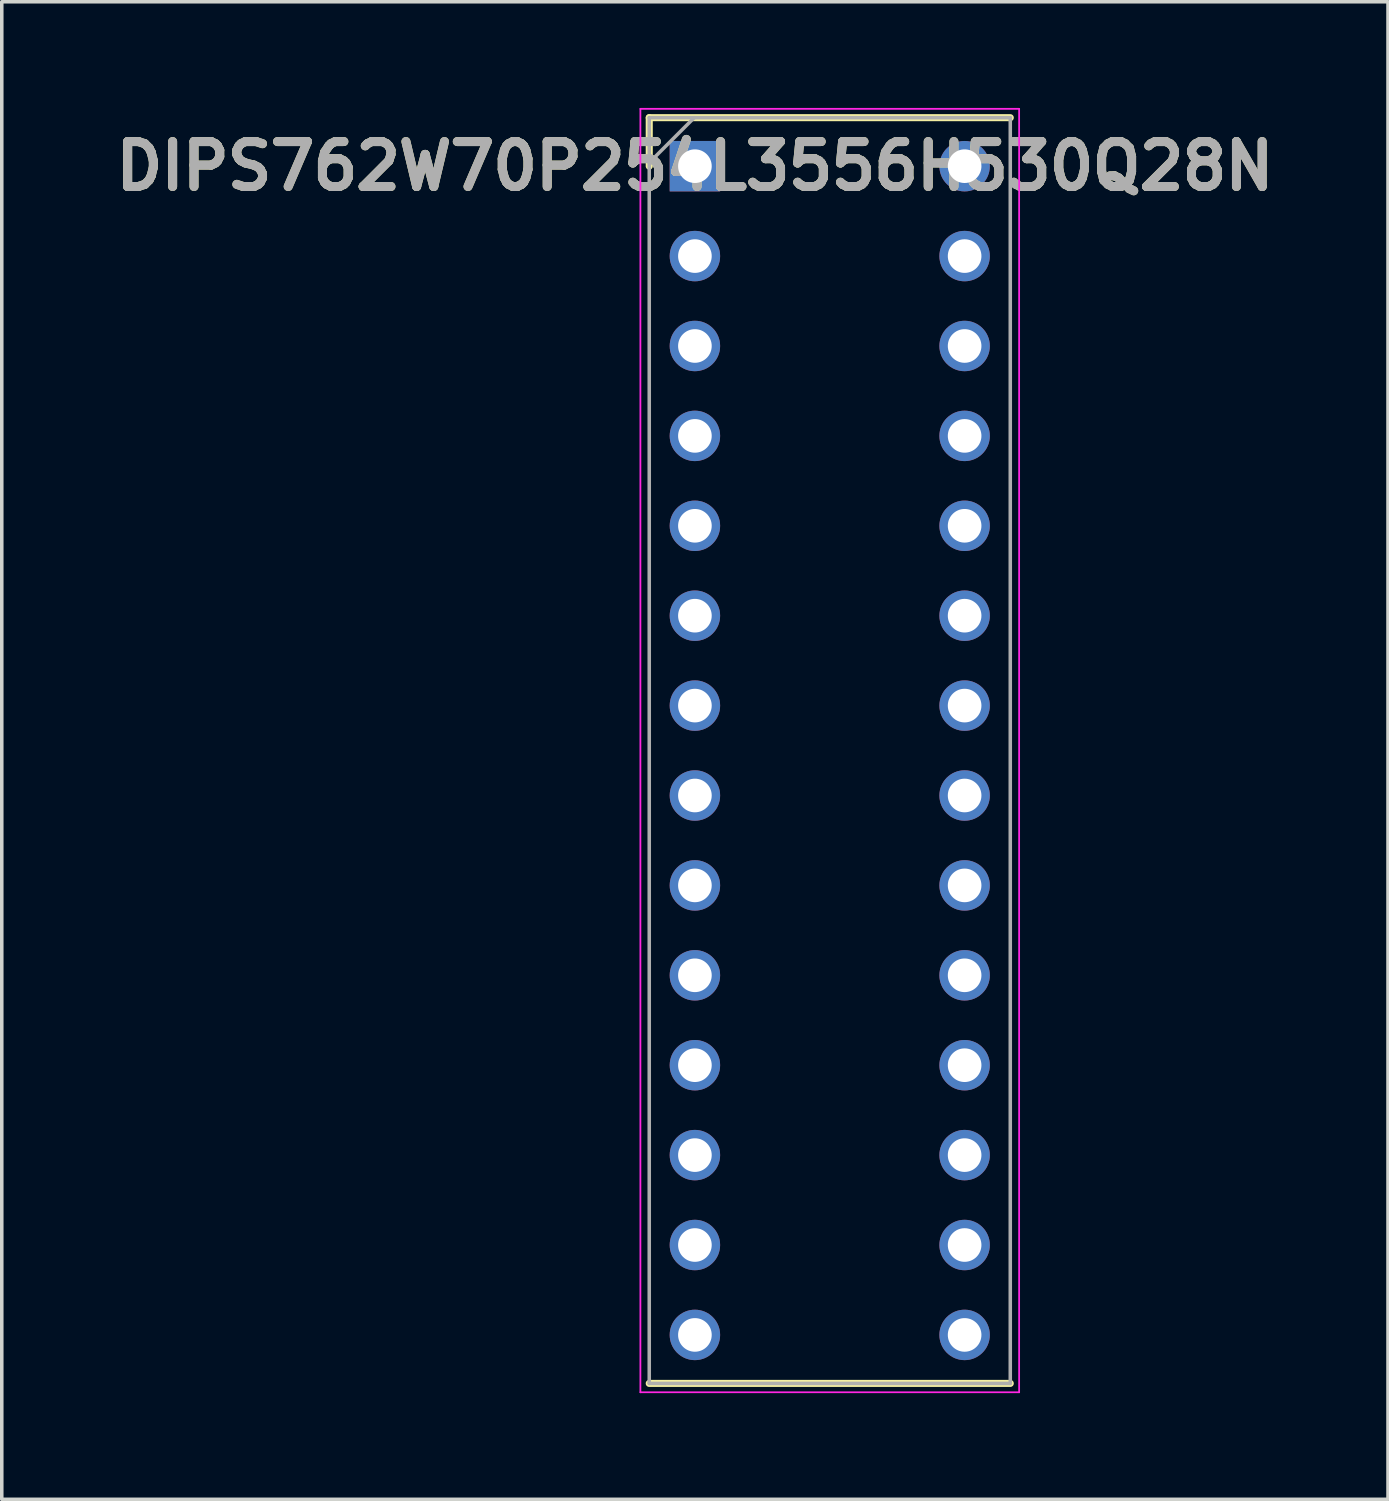
<source format=kicad_pcb>
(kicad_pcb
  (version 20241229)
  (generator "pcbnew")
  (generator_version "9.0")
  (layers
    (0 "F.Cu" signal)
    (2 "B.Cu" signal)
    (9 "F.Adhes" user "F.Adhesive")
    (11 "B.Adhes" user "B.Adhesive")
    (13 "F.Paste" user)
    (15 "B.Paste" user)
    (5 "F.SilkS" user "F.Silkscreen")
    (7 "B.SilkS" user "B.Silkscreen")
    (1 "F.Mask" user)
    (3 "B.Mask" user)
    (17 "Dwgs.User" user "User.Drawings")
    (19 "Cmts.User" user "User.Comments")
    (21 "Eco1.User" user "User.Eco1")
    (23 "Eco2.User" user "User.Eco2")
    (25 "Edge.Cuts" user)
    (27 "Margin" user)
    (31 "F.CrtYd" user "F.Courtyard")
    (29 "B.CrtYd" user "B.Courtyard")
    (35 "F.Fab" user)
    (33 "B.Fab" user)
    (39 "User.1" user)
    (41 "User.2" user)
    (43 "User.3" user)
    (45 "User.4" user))
  (footprint "DIPS762W70P254L3556H530Q28N"
    (layer "F.Cu")
    (at 16.583 1.645)
    (property "Reference" "DIPS762W70P254L3556H530Q28N" (at 0 0 0) (layer "F.SilkS") (effects (font (size 1.27 1.27) (thickness 0.254))))
    (attr through_hole)
    (fp_line (start -1.29 -1.37) (end -1.29 0) (stroke (width 0.2) (type solid)) (layer "F.SilkS"))
    (fp_line (start -1.29 34.39) (end 8.91 34.39) (stroke (width 0.2) (type solid)) (layer "F.SilkS"))
    (fp_line (start 8.91 -1.37) (end -1.29 -1.37) (stroke (width 0.2) (type solid)) (layer "F.SilkS"))
    (fp_line (start -1.54 -1.62) (end 9.16 -1.62) (stroke (width 0.05) (type solid)) (layer "F.CrtYd"))
    (fp_line (start -1.54 34.64) (end -1.54 -1.62) (stroke (width 0.05) (type solid)) (layer "F.CrtYd"))
    (fp_line (start 9.16 -1.62) (end 9.16 34.64) (stroke (width 0.05) (type solid)) (layer "F.CrtYd"))
    (fp_line (start 9.16 34.64) (end -1.54 34.64) (stroke (width 0.05) (type solid)) (layer "F.CrtYd"))
    (fp_line (start -1.29 -1.37) (end 8.91 -1.37) (stroke (width 0.1) (type solid)) (layer "F.Fab"))
    (fp_line (start -1.29 -0.1) (end -0.02 -1.37) (stroke (width 0.1) (type solid)) (layer "F.Fab"))
    (fp_line (start -1.29 34.39) (end -1.29 -1.37) (stroke (width 0.1) (type solid)) (layer "F.Fab"))
    (fp_line (start 8.91 -1.37) (end 8.91 34.39) (stroke (width 0.1) (type solid)) (layer "F.Fab"))
    (fp_line (start 8.91 34.39) (end -1.29 34.39) (stroke (width 0.1) (type solid)) (layer "F.Fab"))
    (fp_text user "${REFERENCE}" (at 0 0 0) (layer "F.Fab") (effects (font (size 1.27 1.27) (thickness 0.254))))
    (pad "1" thru_hole rect (at 0 0) (size 1.425 1.425) (drill 0.95) (layers "*.Cu" "*.Mask"))
    (pad "2" thru_hole circle (at 0 2.54) (size 1.425 1.425) (drill 0.95) (layers "*.Cu" "*.Mask"))
    (pad "3" thru_hole circle (at 0 5.08) (size 1.425 1.425) (drill 0.95) (layers "*.Cu" "*.Mask"))
    (pad "4" thru_hole circle (at 0 7.62) (size 1.425 1.425) (drill 0.95) (layers "*.Cu" "*.Mask"))
    (pad "5" thru_hole circle (at 0 10.16) (size 1.425 1.425) (drill 0.95) (layers "*.Cu" "*.Mask"))
    (pad "6" thru_hole circle (at 0 12.7) (size 1.425 1.425) (drill 0.95) (layers "*.Cu" "*.Mask"))
    (pad "7" thru_hole circle (at 0 15.24) (size 1.425 1.425) (drill 0.95) (layers "*.Cu" "*.Mask"))
    (pad "8" thru_hole circle (at 0 17.78) (size 1.425 1.425) (drill 0.95) (layers "*.Cu" "*.Mask"))
    (pad "9" thru_hole circle (at 0 20.32) (size 1.425 1.425) (drill 0.95) (layers "*.Cu" "*.Mask"))
    (pad "10" thru_hole circle (at 0 22.86) (size 1.425 1.425) (drill 0.95) (layers "*.Cu" "*.Mask"))
    (pad "11" thru_hole circle (at 0 25.4) (size 1.425 1.425) (drill 0.95) (layers "*.Cu" "*.Mask"))
    (pad "12" thru_hole circle (at 0 27.94) (size 1.425 1.425) (drill 0.95) (layers "*.Cu" "*.Mask"))
    (pad "13" thru_hole circle (at 0 30.48) (size 1.425 1.425) (drill 0.95) (layers "*.Cu" "*.Mask"))
    (pad "14" thru_hole circle (at 0 33.02) (size 1.425 1.425) (drill 0.95) (layers "*.Cu" "*.Mask"))
    (pad "15" thru_hole circle (at 7.62 33.02) (size 1.425 1.425) (drill 0.95) (layers "*.Cu" "*.Mask"))
    (pad "16" thru_hole circle (at 7.62 30.48) (size 1.425 1.425) (drill 0.95) (layers "*.Cu" "*.Mask"))
    (pad "17" thru_hole circle (at 7.62 27.94) (size 1.425 1.425) (drill 0.95) (layers "*.Cu" "*.Mask"))
    (pad "18" thru_hole circle (at 7.62 25.4) (size 1.425 1.425) (drill 0.95) (layers "*.Cu" "*.Mask"))
    (pad "19" thru_hole circle (at 7.62 22.86) (size 1.425 1.425) (drill 0.95) (layers "*.Cu" "*.Mask"))
    (pad "20" thru_hole circle (at 7.62 20.32) (size 1.425 1.425) (drill 0.95) (layers "*.Cu" "*.Mask"))
    (pad "21" thru_hole circle (at 7.62 17.78) (size 1.425 1.425) (drill 0.95) (layers "*.Cu" "*.Mask"))
    (pad "22" thru_hole circle (at 7.62 15.24) (size 1.425 1.425) (drill 0.95) (layers "*.Cu" "*.Mask"))
    (pad "23" thru_hole circle (at 7.62 12.7) (size 1.425 1.425) (drill 0.95) (layers "*.Cu" "*.Mask"))
    (pad "24" thru_hole circle (at 7.62 10.16) (size 1.425 1.425) (drill 0.95) (layers "*.Cu" "*.Mask"))
    (pad "25" thru_hole circle (at 7.62 7.62) (size 1.425 1.425) (drill 0.95) (layers "*.Cu" "*.Mask"))
    (pad "26" thru_hole circle (at 7.62 5.08) (size 1.425 1.425) (drill 0.95) (layers "*.Cu" "*.Mask"))
    (pad "27" thru_hole circle (at 7.62 2.54) (size 1.425 1.425) (drill 0.95) (layers "*.Cu" "*.Mask"))
    (pad "28" thru_hole circle (at 7.62 0) (size 1.425 1.425) (drill 0.95) (layers "*.Cu" "*.Mask")))
  (gr_rect
    (start -3 -3)
    (end 36.165 39.31)
    (stroke (width 0.1) (type default))
    (fill no)
    (layer "Edge.Cuts")))
</source>
